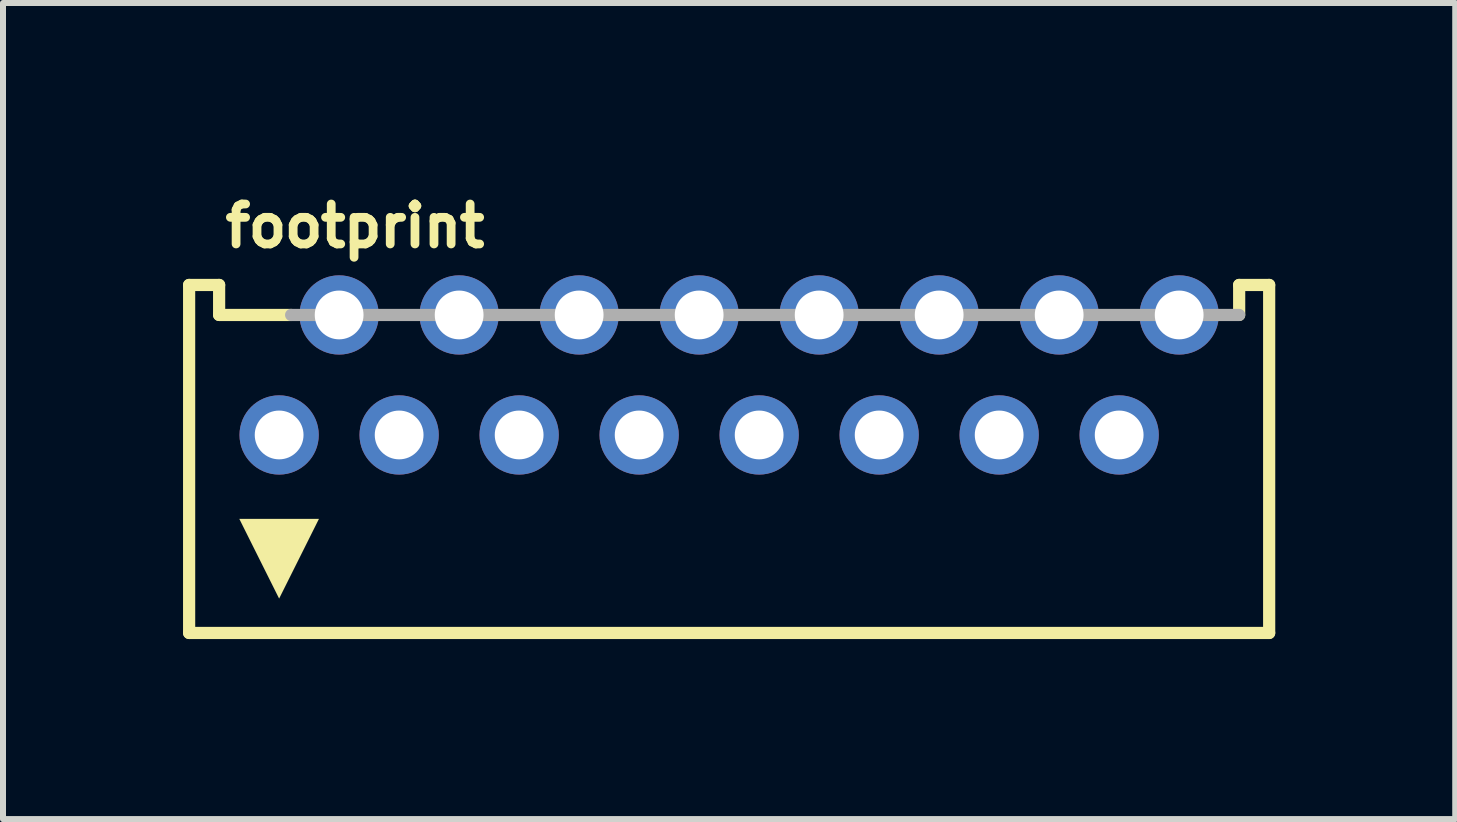
<source format=kicad_pcb>
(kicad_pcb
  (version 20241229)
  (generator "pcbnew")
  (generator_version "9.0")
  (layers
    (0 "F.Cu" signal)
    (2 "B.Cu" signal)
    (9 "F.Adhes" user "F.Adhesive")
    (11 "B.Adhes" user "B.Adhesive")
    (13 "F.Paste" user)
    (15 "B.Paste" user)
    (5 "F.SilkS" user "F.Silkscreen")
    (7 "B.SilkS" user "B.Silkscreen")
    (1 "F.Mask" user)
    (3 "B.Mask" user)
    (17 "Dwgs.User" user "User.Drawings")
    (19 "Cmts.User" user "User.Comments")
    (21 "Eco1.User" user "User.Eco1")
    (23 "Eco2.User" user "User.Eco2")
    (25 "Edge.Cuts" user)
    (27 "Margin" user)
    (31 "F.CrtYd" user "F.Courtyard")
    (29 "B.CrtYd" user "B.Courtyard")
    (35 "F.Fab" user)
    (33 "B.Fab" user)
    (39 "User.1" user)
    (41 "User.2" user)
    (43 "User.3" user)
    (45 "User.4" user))
  (footprint "footprint"
    (layer "F.Cu")
    (at 9.102 4.199)
    (property "Reference" "footprint" (at -8.472 -3.094 0) (layer "F.SilkS") (effects (font (size 0.666 0.666) (thickness 0.146)) (justify left bottom)))
    (fp_line (start -9 -2.5) (end -9 3.3) (stroke (width 0.203) (type solid)) (layer "F.SilkS"))
    (fp_line (start -9 3.3) (end 9 3.3) (stroke (width 0.203) (type solid)) (layer "F.SilkS"))
    (fp_line (start -8.5 -2.5) (end -9 -2.5) (stroke (width 0.203) (type solid)) (layer "F.SilkS"))
    (fp_line (start -8.5 -2) (end -8.5 -2.5) (stroke (width 0.203) (type solid)) (layer "F.SilkS"))
    (fp_line (start -8.5 -2) (end -7.3 -2) (stroke (width 0.203) (type solid)) (layer "F.SilkS"))
    (fp_line (start 8.5 -2.5) (end 9 -2.5) (stroke (width 0.203) (type solid)) (layer "F.SilkS"))
    (fp_line (start 8.5 -2) (end 8.5 -2.5) (stroke (width 0.203) (type solid)) (layer "F.SilkS"))
    (fp_line (start 9 -2.5) (end 9 3.3) (stroke (width 0.203) (type solid)) (layer "F.SilkS"))
    (fp_poly (pts (xy -7.5 2.727) (xy -8.164 1.398) (xy -6.836 1.398)) (stroke (width 0) (type solid)) (fill yes) (layer "F.SilkS"))
    (fp_line (start -7.3 -2) (end 8.5 -2) (stroke (width 0.203) (type solid)) (layer "F.Fab"))
    (pad "1" thru_hole circle (at -7.5 0) (size 1.321 1.321) (drill 0.813) (layers "*.Cu" "*.Mask"))
    (pad "2" thru_hole circle (at -6.5 -2) (size 1.321 1.321) (drill 0.813) (layers "*.Cu" "*.Mask"))
    (pad "3" thru_hole circle (at -5.5 0) (size 1.321 1.321) (drill 0.813) (layers "*.Cu" "*.Mask"))
    (pad "4" thru_hole circle (at -4.5 -2) (size 1.321 1.321) (drill 0.813) (layers "*.Cu" "*.Mask"))
    (pad "5" thru_hole circle (at -3.5 0) (size 1.321 1.321) (drill 0.813) (layers "*.Cu" "*.Mask"))
    (pad "6" thru_hole circle (at -2.5 -2) (size 1.321 1.321) (drill 0.813) (layers "*.Cu" "*.Mask"))
    (pad "7" thru_hole circle (at -1.5 0) (size 1.321 1.321) (drill 0.813) (layers "*.Cu" "*.Mask"))
    (pad "8" thru_hole circle (at -0.5 -2) (size 1.321 1.321) (drill 0.813) (layers "*.Cu" "*.Mask"))
    (pad "9" thru_hole circle (at 0.5 0) (size 1.321 1.321) (drill 0.813) (layers "*.Cu" "*.Mask"))
    (pad "10" thru_hole circle (at 1.5 -2) (size 1.321 1.321) (drill 0.813) (layers "*.Cu" "*.Mask"))
    (pad "11" thru_hole circle (at 2.5 0) (size 1.321 1.321) (drill 0.813) (layers "*.Cu" "*.Mask"))
    (pad "12" thru_hole circle (at 3.5 -2) (size 1.321 1.321) (drill 0.813) (layers "*.Cu" "*.Mask"))
    (pad "13" thru_hole circle (at 4.5 0) (size 1.321 1.321) (drill 0.813) (layers "*.Cu" "*.Mask"))
    (pad "14" thru_hole circle (at 5.5 -2) (size 1.321 1.321) (drill 0.813) (layers "*.Cu" "*.Mask"))
    (pad "15" thru_hole circle (at 6.5 0) (size 1.321 1.321) (drill 0.813) (layers "*.Cu" "*.Mask"))
    (pad "16" thru_hole circle (at 7.5 -2) (size 1.321 1.321) (drill 0.813) (layers "*.Cu" "*.Mask")))
  (gr_rect
    (start -3 -3)
    (end 21.203 10.601)
    (stroke (width 0.1) (type default))
    (fill no)
    (layer "Edge.Cuts")))
</source>
